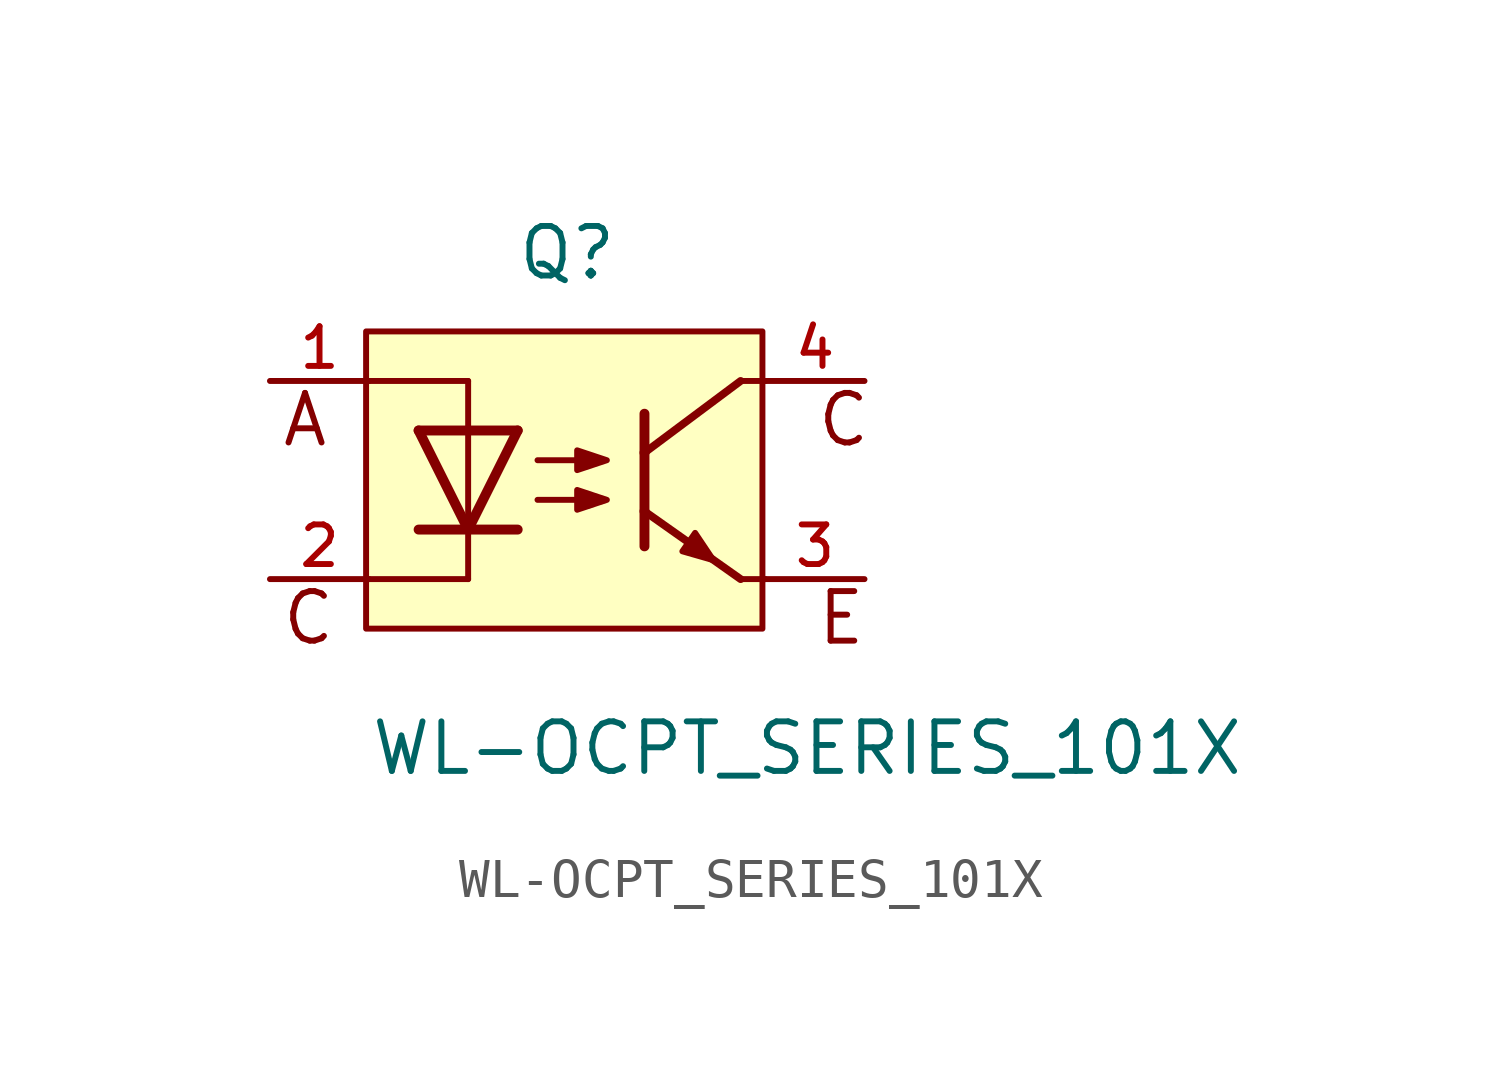
<source format=kicad_sym>
(kicad_symbol_lib
  (version 20211014)
  (generator kicad_symbol_editor)
  (symbol "WL-OCPT_SERIES_101X"
    (pin_names
      (offset 1.016))
    (property "Reference" "Q"
      (at 0.0 5.08 0)
      (effects (font (size 1.27 1.27)) (justify bottom)))
    (property "Value" "WL-OCPT_SERIES_101X"
      (at -5.08 -7.62 0)
      (effects (font (size 1.27 1.27)) (justify bottom left)))
    (symbol "WL-OCPT_SERIES_101X_0_0"
      (polyline (pts (xy -1.27 1.27) (xy -2.54 -1.27)) (stroke (width 0.254)))
      (polyline (pts (xy -2.54 -1.27) (xy -3.81 1.27)) (stroke (width 0.254)))
      (polyline (pts (xy -1.27 -1.27) (xy -2.54 -1.27)) (stroke (width 0.254)))
      (polyline (pts (xy -2.54 -1.27) (xy -3.81 -1.27)) (stroke (width 0.254)))
      (polyline (pts (xy -1.27 1.27) (xy -2.54 1.27)) (stroke (width 0.254)))
      (polyline (pts (xy -2.54 1.27) (xy -3.81 1.27)) (stroke (width 0.254)))
      (polyline (pts (xy -2.54 1.27) (xy -2.54 -1.27)) (stroke (width 0.152)))
      (polyline (pts (xy 1.98 1.7) (xy 1.98 0.7)) (stroke (width 0.254)))
      (polyline (pts (xy 1.98 0.7) (xy 1.98 -0.8)) (stroke (width 0.254)))
      (polyline (pts (xy 1.98 -0.8) (xy 1.98 -1.7)) (stroke (width 0.254)))
      (polyline (pts (xy 1.98 0.7) (xy 4.445 2.54)) (stroke (width 0.2)))
      (polyline (pts (xy 1.98 -0.8) (xy 4.445 -2.54)) (stroke (width 0.2)))
      (polyline (pts (xy -0.762 0.508) (xy 0.508 0.508)) (stroke (width 0.152)))
      (polyline (pts (xy -0.762 -0.508) (xy 0.508 -0.508)) (stroke (width 0.152)))
      (polyline (pts (xy -2.54 1.27) (xy -2.54 2.54)) (stroke (width 0.152)))
      (polyline (pts (xy -2.54 -1.27) (xy -2.54 -2.54)) (stroke (width 0.152)))
      (polyline (pts (xy -2.54 2.54) (xy -5.08 2.54)) (stroke (width 0.152)))
      (polyline (pts (xy -2.54 -2.54) (xy -5.08 -2.54)) (stroke (width 0.152)))
      (polyline (pts (xy 4.445 2.54) (xy 5.08 2.54)) (stroke (width 0.152)))
      (polyline (pts (xy 4.445 -2.54) (xy 5.08 -2.54)) (stroke (width 0.152)))
      (polyline (pts (xy 3.278 -1.354) (xy 2.951 -1.827) (xy 3.749 -2.056) (xy 3.278 -1.354)) (stroke (width 0.152)) (fill (type outline)))
      (polyline (pts (xy 0.254 0.762) (xy 1.016 0.508) (xy 0.254 0.254) (xy 0.254 0.762)) (stroke (width 0.152)) (fill (type outline)))
      (polyline (pts (xy 0.254 -0.254) (xy 1.016 -0.508) (xy 0.254 -0.762) (xy 0.254 -0.254)) (stroke (width 0.152)) (fill (type outline)))
      (text "C" (at -7.366 -2.794 0) (effects (font (size 1.27 1.27)) (justify top left)))
      (text "E" (at 6.35 -2.794 0) (effects (font (size 1.27 1.27)) (justify top left)))
      (text "A" (at -7.366 2.286 0) (effects (font (size 1.27 1.27)) (justify top left)))
      (text "C" (at 6.35 2.286 0) (effects (font (size 1.27 1.27)) (justify top left)))
      (rectangle (start -5.156 -3.81) (end 5.004 3.81) (stroke (width 0.152)) (fill (type background)))
      (pin passive line (at -7.62 2.54 0) (length 2.54) (name "~" (effects (font (size 1.016 1.016)))) (number "1" (effects (font (size 1.016 1.016)))))
      (pin passive line (at -7.62 -2.54 0) (length 2.54) (name "~" (effects (font (size 1.016 1.016)))) (number "2" (effects (font (size 1.016 1.016)))))
      (pin passive line (at 7.62 -2.54 180.0) (length 2.54) (name "~" (effects (font (size 1.016 1.016)))) (number "3" (effects (font (size 1.016 1.016)))))
      (pin passive line (at 7.62 2.54 180.0) (length 2.54) (name "~" (effects (font (size 1.016 1.016)))) (number "4" (effects (font (size 1.016 1.016))))))))
</source>
